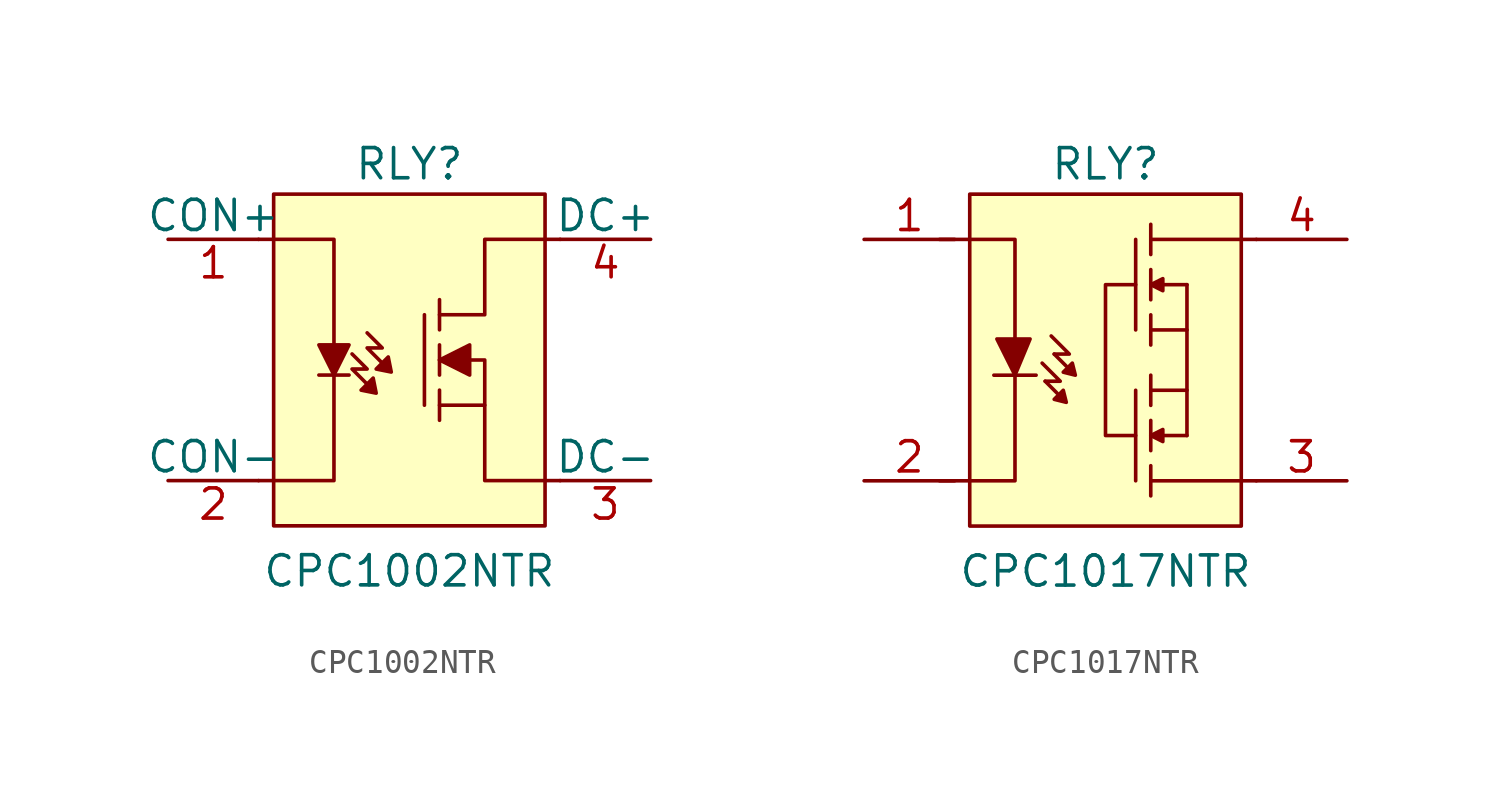
<source format=kicad_sym>
(kicad_symbol_lib
  (version 20220914)
  (generator kicad_symbol_editor)
  (symbol "CPC1002NTR"
    (pin_names
      (offset 0))
    (property "Reference" "RLY"
      (at 0 8.255 0)
      (effects (font (size 1.27 1.27))))
    (property "Value" "CPC1002NTR"
      (at 0 -8.89 0)
      (effects (font (size 1.27 1.27))))
    (symbol "CPC1002NTR_0_1"
      (polyline (pts (xy -3.81 -0.635) (xy -2.54 -0.635)) (stroke (width 0) (type solid)) (fill (type none)))
      (polyline (pts (xy 0.635 1.905) (xy 0.635 -1.905)) (stroke (width 0) (type solid)) (fill (type none)))
      (polyline (pts (xy 1.27 -1.27) (xy 1.27 -2.54)) (stroke (width 0) (type solid)) (fill (type none)))
      (polyline (pts (xy 1.27 -0.635) (xy 1.27 0.635)) (stroke (width 0) (type solid)) (fill (type none)))
      (polyline (pts (xy 1.27 1.27) (xy 1.27 2.54)) (stroke (width 0) (type solid)) (fill (type none)))
      (polyline (pts (xy 3.175 -1.905) (xy 3.175 0) (xy 1.27 0)) (stroke (width 0) (type solid)) (fill (type none)))
      (polyline (pts (xy -6.35 5.08) (xy -3.175 5.08) (xy -3.175 -5.08) (xy -6.35 -5.08)) (stroke (width 0) (type solid)) (fill (type none)))
      (polyline (pts (xy -3.81 0.635) (xy -2.54 0.635) (xy -3.175 -0.635) (xy -3.81 0.635)) (stroke (width 0) (type solid)) (fill (type outline)))
      (polyline (pts (xy -2.413 0.254) (xy -1.778 -0.381) (xy -2.413 -0.381) (xy -1.778 -1.016)) (stroke (width 0) (type solid)) (fill (type none)))
      (polyline (pts (xy -1.778 1.143) (xy -1.143 0.508) (xy -1.778 0.508) (xy -1.143 -0.127)) (stroke (width 0) (type solid)) (fill (type none)))
      (polyline (pts (xy -1.524 -0.762) (xy -2.032 -1.27) (xy -1.397 -1.397) (xy -1.524 -0.762)) (stroke (width 0) (type solid)) (fill (type outline)))
      (polyline (pts (xy -0.889 0.127) (xy -1.397 -0.381) (xy -0.762 -0.508) (xy -0.889 0.127)) (stroke (width 0) (type solid)) (fill (type outline)))
      (polyline (pts (xy 1.27 -1.905) (xy 3.175 -1.905) (xy 3.175 -5.08) (xy 6.35 -5.08)) (stroke (width 0) (type solid)) (fill (type none)))
      (polyline (pts (xy 1.27 0) (xy 2.54 0.635) (xy 2.54 -0.635) (xy 1.27 0)) (stroke (width 0) (type solid)) (fill (type outline)))
      (polyline (pts (xy 1.27 1.905) (xy 3.175 1.905) (xy 3.175 5.08) (xy 6.35 5.08)) (stroke (width 0) (type solid)) (fill (type none)))
      (rectangle (start 5.715 6.985) (end -5.715 -6.985) (stroke (width 0) (type solid)) (fill (type background))))
    (symbol "CPC1002NTR_1_1"
      (pin passive line (at -10.16 5.08 0) (length 3.81) (name "CON+" (effects (font (size 1.27 1.27)))) (number "1" (effects (font (size 1.27 1.27)))))
      (pin passive line (at -10.16 -5.08 0) (length 3.81) (name "CON-" (effects (font (size 1.27 1.27)))) (number "2" (effects (font (size 1.27 1.27)))))
      (pin input line (at 10.16 -5.08 180) (length 3.81) (name "DC-" (effects (font (size 1.27 1.27)))) (number "3" (effects (font (size 1.27 1.27)))))
      (pin output line (at 10.16 5.08 180) (length 3.81) (name "DC+" (effects (font (size 1.27 1.27)))) (number "4" (effects (font (size 1.27 1.27)))))))
  (symbol "CPC1017NTR"
    (pin_names
      (offset 0) hide)
    (property "Reference" "RLY"
      (at 0 8.255 0)
      (effects (font (size 1.27 1.27))))
    (property "Value" "CPC1017NTR"
      (at 0 -8.89 0)
      (effects (font (size 1.27 1.27))))
    (symbol "CPC1017NTR_0_1"
      (rectangle (start -5.715 6.985) (end 5.715 -6.985) (stroke (width 0) (type solid)) (fill (type background)))
      (polyline (pts (xy -4.699 -0.635) (xy -2.921 -0.635)) (stroke (width 0) (type solid)) (fill (type none)))
      (polyline (pts (xy -2.54 -0.889) (xy -2.032 -1.397)) (stroke (width 0) (type solid)) (fill (type none)))
      (polyline (pts (xy -2.159 0.254) (xy -1.651 -0.254)) (stroke (width 0) (type solid)) (fill (type none)))
      (polyline (pts (xy 1.27 -1.27) (xy 1.27 -5.08)) (stroke (width 0) (type solid)) (fill (type none)))
      (polyline (pts (xy 1.27 5.08) (xy 1.27 1.27)) (stroke (width 0) (type solid)) (fill (type none)))
      (polyline (pts (xy 1.905 -3.81) (xy 1.905 -2.54)) (stroke (width 0) (type solid)) (fill (type none)))
      (polyline (pts (xy 1.905 -1.905) (xy 1.905 -0.635)) (stroke (width 0) (type solid)) (fill (type none)))
      (polyline (pts (xy 1.905 -1.27) (xy 3.429 -1.27)) (stroke (width 0) (type solid)) (fill (type none)))
      (polyline (pts (xy 1.905 1.27) (xy 3.429 1.27)) (stroke (width 0) (type solid)) (fill (type none)))
      (polyline (pts (xy 1.905 1.905) (xy 1.905 0.635)) (stroke (width 0) (type solid)) (fill (type none)))
      (polyline (pts (xy 1.905 3.81) (xy 1.905 2.54)) (stroke (width 0) (type solid)) (fill (type none)))
      (polyline (pts (xy 3.429 -3.175) (xy 2.413 -3.175)) (stroke (width 0) (type solid)) (fill (type none)))
      (polyline (pts (xy 3.429 -3.175) (xy 3.429 3.175)) (stroke (width 0) (type solid)) (fill (type none)))
      (polyline (pts (xy 3.429 3.175) (xy 2.413 3.175)) (stroke (width 0) (type solid)) (fill (type none)))
      (polyline (pts (xy -3.81 -0.508) (xy -3.81 -5.08) (xy -6.985 -5.08)) (stroke (width 0) (type solid)) (fill (type none)))
      (polyline (pts (xy -3.81 0.508) (xy -3.81 5.08) (xy -6.985 5.08)) (stroke (width 0) (type solid)) (fill (type none)))
      (polyline (pts (xy -2.54 -0.889) (xy -1.905 -0.889) (xy -2.667 -0.127)) (stroke (width 0) (type solid)) (fill (type none)))
      (polyline (pts (xy -2.159 0.254) (xy -1.524 0.254) (xy -2.286 1.016)) (stroke (width 0) (type solid)) (fill (type none)))
      (polyline (pts (xy -4.572 0.889) (xy -3.175 0.889) (xy -3.81 -0.635) (xy -4.572 0.889)) (stroke (width 0) (type solid)) (fill (type outline)))
      (polyline (pts (xy -2.159 -1.651) (xy -1.778 -1.27) (xy -1.651 -1.778) (xy -2.159 -1.651)) (stroke (width 0) (type solid)) (fill (type outline)))
      (polyline (pts (xy -1.778 -0.508) (xy -1.397 -0.127) (xy -1.27 -0.635) (xy -1.778 -0.508)) (stroke (width 0) (type solid)) (fill (type outline)))
      (polyline (pts (xy 1.27 3.175) (xy 0 3.175) (xy 0 -3.175) (xy 1.27 -3.175)) (stroke (width 0) (type solid)) (fill (type none)))
      (polyline (pts (xy 2.413 -2.921) (xy 2.413 -3.429) (xy 1.905 -3.175) (xy 2.413 -2.921)) (stroke (width 0) (type solid)) (fill (type outline)))
      (polyline (pts (xy 2.413 3.429) (xy 2.413 2.921) (xy 1.905 3.175) (xy 2.413 3.429)) (stroke (width 0) (type solid)) (fill (type outline)))
      (polyline (pts (xy 6.35 -5.08) (xy 1.905 -5.08) (xy 1.905 -4.445) (xy 1.905 -5.715)) (stroke (width 0) (type solid)) (fill (type none)))
      (polyline (pts (xy 6.35 5.08) (xy 1.905 5.08) (xy 1.905 5.715) (xy 1.905 4.445)) (stroke (width 0) (type solid)) (fill (type none))))
    (symbol "CPC1017NTR_1_1"
      (pin passive line (at -10.16 5.08 0) (length 3.81) (name "CON+" (effects (font (size 1.27 1.27)))) (number "1" (effects (font (size 1.27 1.27)))))
      (pin passive line (at -10.16 -5.08 0) (length 3.81) (name "CON-" (effects (font (size 1.27 1.27)))) (number "2" (effects (font (size 1.27 1.27)))))
      (pin passive line (at 10.16 -5.08 180) (length 3.81) (name "LOAD" (effects (font (size 1.27 1.27)))) (number "3" (effects (font (size 1.27 1.27)))))
      (pin passive line (at 10.16 5.08 180) (length 3.81) (name "LOAD" (effects (font (size 1.27 1.27)))) (number "4" (effects (font (size 1.27 1.27))))))))
</source>
